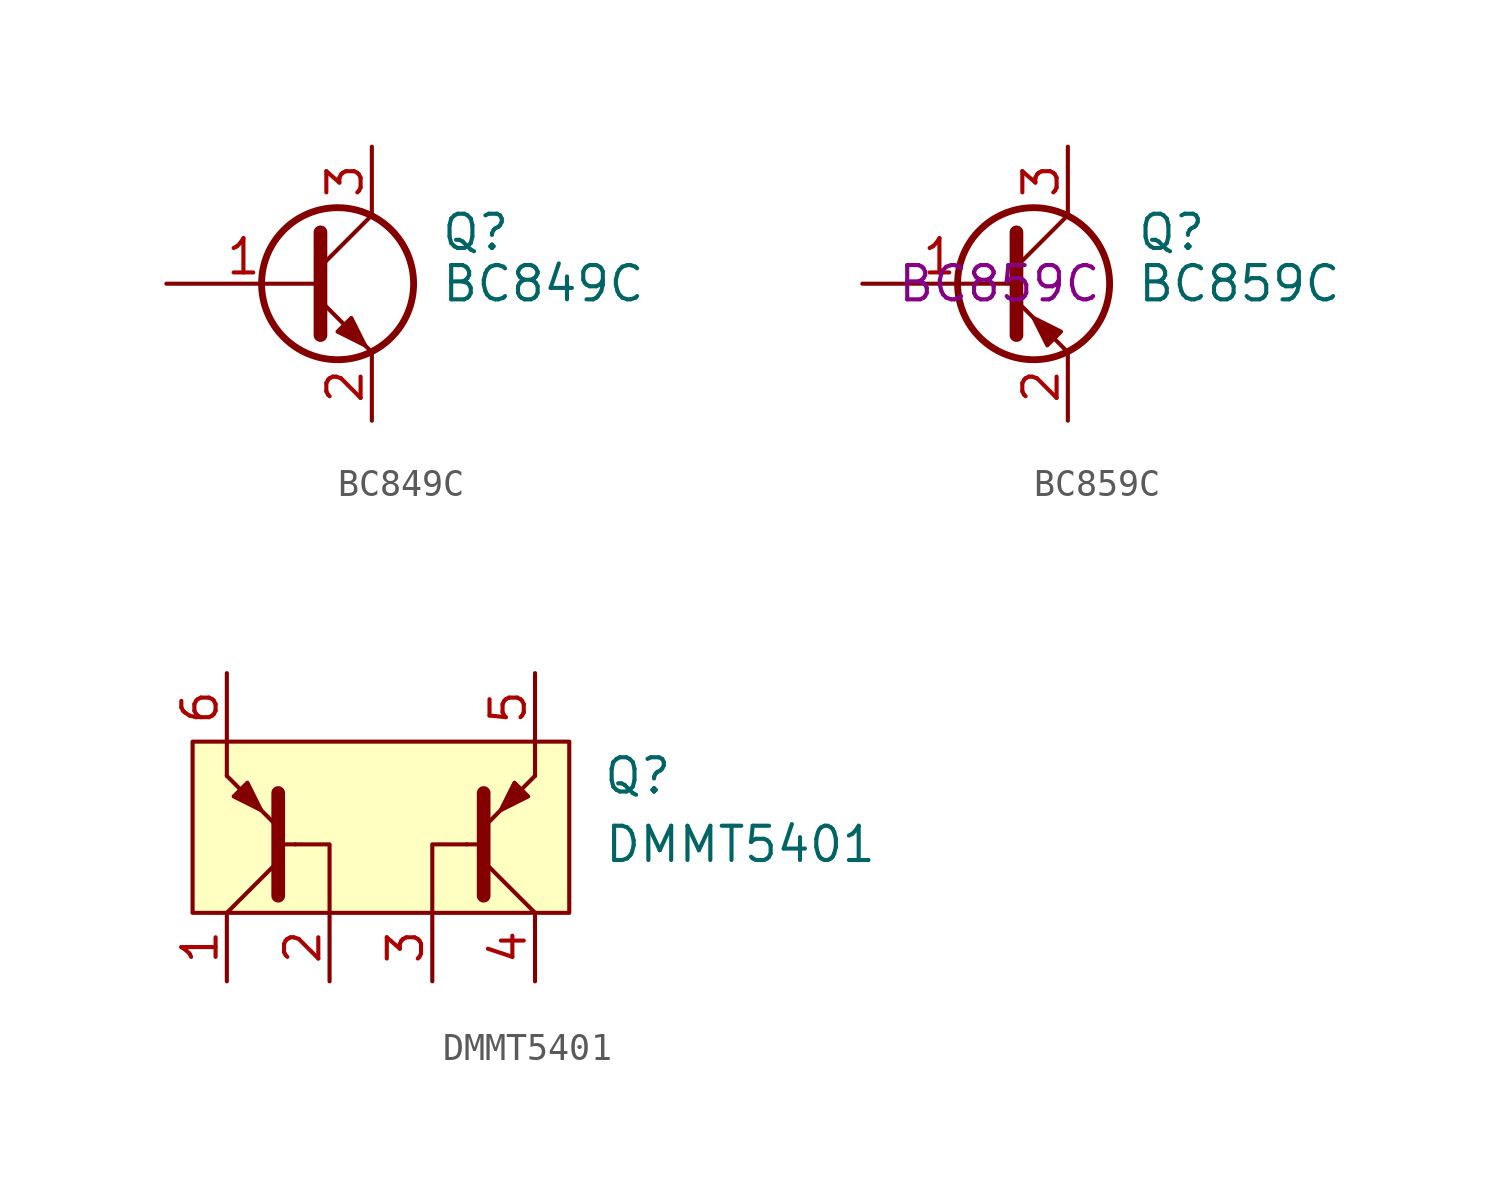
<source format=kicad_sym>
(kicad_symbol_lib
  (version 20211014)
  (generator kicad_symbol_editor)
  (symbol "BC849C"
    (pin_names
      (offset 0) hide)
    (property "Reference" "Q"
      (at 5.08 1.905 0)
      (effects (font (size 1.27 1.27)) (justify left)))
    (property "Value" "BC849C"
      (at 5.08 0 0)
      (effects (font (size 1.27 1.27)) (justify left)))
    (symbol "BC849C_0_1"
      (polyline (pts (xy 0.635 0.635) (xy 2.54 2.54)) (stroke (width 0) (type default) (color 0 0 0 0)) (fill (type none)))
      (polyline (pts (xy 0.635 -0.635) (xy 2.54 -2.54) (xy 2.54 -2.54)) (stroke (width 0) (type default) (color 0 0 0 0)) (fill (type none)))
      (polyline (pts (xy 0.635 1.905) (xy 0.635 -1.905) (xy 0.635 -1.905)) (stroke (width 0.508) (type default) (color 0 0 0 0)) (fill (type none)))
      (polyline (pts (xy 1.27 -1.778) (xy 1.778 -1.27) (xy 2.286 -2.286) (xy 1.27 -1.778) (xy 1.27 -1.778)) (stroke (width 0) (type default) (color 0 0 0 0)) (fill (type outline)))
      (circle (center 1.27 0) (radius 2.819) (stroke (width 0.254) (type default) (color 0 0 0 0)) (fill (type none))))
    (symbol "BC849C_1_1"
      (pin input line (at -5.08 0 0) (length 5.715) (name "B" (effects (font (size 1.27 1.27)))) (number "1" (effects (font (size 1.27 1.27)))))
      (pin passive line (at 2.54 -5.08 90) (length 2.54) (name "E" (effects (font (size 1.27 1.27)))) (number "2" (effects (font (size 1.27 1.27)))))
      (pin passive line (at 2.54 5.08 270) (length 2.54) (name "C" (effects (font (size 1.27 1.27)))) (number "3" (effects (font (size 1.27 1.27)))))))
  (symbol "BC859C"
    (pin_names
      (offset 0) hide)
    (property "Reference" "Q"
      (at 5.08 1.905 0)
      (effects (font (size 1.27 1.27)) (justify left)))
    (property "Value" "BC859C"
      (at 5.08 0 0)
      (effects (font (size 1.27 1.27)) (justify left)))
    (property "MPN" "BC859C"
      (at 0 0 0)
      (effects (font (size 1.27 1.27))))
    (symbol "BC859C_0_1"
      (polyline (pts (xy 0.635 0.635) (xy 2.54 2.54)) (stroke (width 0) (type default) (color 0 0 0 0)) (fill (type none)))
      (polyline (pts (xy 0.635 -0.635) (xy 2.54 -2.54) (xy 2.54 -2.54)) (stroke (width 0) (type default) (color 0 0 0 0)) (fill (type none)))
      (polyline (pts (xy 0.635 1.905) (xy 0.635 -1.905) (xy 0.635 -1.905)) (stroke (width 0.508) (type default) (color 0 0 0 0)) (fill (type none)))
      (polyline (pts (xy 2.286 -1.778) (xy 1.778 -2.286) (xy 1.27 -1.27) (xy 2.286 -1.778) (xy 2.286 -1.778)) (stroke (width 0) (type default) (color 0 0 0 0)) (fill (type outline)))
      (circle (center 1.27 0) (radius 2.819) (stroke (width 0.254) (type default) (color 0 0 0 0)) (fill (type none))))
    (symbol "BC859C_1_1"
      (pin input line (at -5.08 0 0) (length 5.715) (name "B" (effects (font (size 1.27 1.27)))) (number "1" (effects (font (size 1.27 1.27)))))
      (pin passive line (at 2.54 -5.08 90) (length 2.54) (name "E" (effects (font (size 1.27 1.27)))) (number "2" (effects (font (size 1.27 1.27)))))
      (pin passive line (at 2.54 5.08 270) (length 2.54) (name "C" (effects (font (size 1.27 1.27)))) (number "3" (effects (font (size 1.27 1.27)))))))
  (symbol "DMMT5401"
    (pin_names hide)
    (property "Reference" "Q"
      (at 10.16 2.54 0)
      (effects (font (size 1.27 1.27))))
    (property "Value" "DMMT5401"
      (at 13.97 0 0)
      (effects (font (size 1.27 1.27))))
    (symbol "DMMT5401_0_1"
      (rectangle (start -6.35 3.81) (end 7.62 -2.54) (stroke (width 0) (type default) (color 0 0 0 0)) (fill (type background)))
      (polyline (pts (xy -5.08 -2.54) (xy -3.175 -0.635)) (stroke (width 0) (type default) (color 0 0 0 0)) (fill (type none)))
      (polyline (pts (xy -5.08 2.54) (xy -5.08 3.81)) (stroke (width 0) (type default) (color 0 0 0 0)) (fill (type none)))
      (polyline (pts (xy -5.08 2.54) (xy -3.175 0.635)) (stroke (width 0) (type default) (color 0 0 0 0)) (fill (type none)))
      (polyline (pts (xy -2.54 0) (xy -3.175 0)) (stroke (width 0) (type default) (color 0 0 0 0)) (fill (type none)))
      (polyline (pts (xy 3.81 0) (xy 4.445 0)) (stroke (width 0) (type default) (color 0 0 0 0)) (fill (type none)))
      (polyline (pts (xy 6.35 -2.54) (xy 4.445 -0.635)) (stroke (width 0) (type default) (color 0 0 0 0)) (fill (type none)))
      (polyline (pts (xy 6.35 2.54) (xy 4.445 0.635)) (stroke (width 0) (type default) (color 0 0 0 0)) (fill (type none)))
      (polyline (pts (xy 6.35 3.81) (xy 6.35 2.54)) (stroke (width 0) (type default) (color 0 0 0 0)) (fill (type none)))
      (polyline (pts (xy -3.175 -1.905) (xy -3.175 1.905) (xy -3.175 1.905)) (stroke (width 0.508) (type default) (color 0 0 0 0)) (fill (type outline)))
      (polyline (pts (xy -2.54 0) (xy -1.27 0) (xy -1.27 -2.54)) (stroke (width 0) (type default) (color 0 0 0 0)) (fill (type none)))
      (polyline (pts (xy 3.81 0) (xy 2.54 0) (xy 2.54 -2.54)) (stroke (width 0) (type default) (color 0 0 0 0)) (fill (type none)))
      (polyline (pts (xy 4.445 -1.905) (xy 4.445 1.905) (xy 4.445 1.905)) (stroke (width 0.508) (type default) (color 0 0 0 0)) (fill (type outline)))
      (polyline (pts (xy -4.318 2.286) (xy -4.826 1.778) (xy -3.81 1.27) (xy -4.318 2.286) (xy -4.318 2.286)) (stroke (width 0) (type default) (color 0 0 0 0)) (fill (type outline)))
      (polyline (pts (xy 5.588 2.286) (xy 6.096 1.778) (xy 5.08 1.27) (xy 5.588 2.286) (xy 5.588 2.286)) (stroke (width 0) (type default) (color 0 0 0 0)) (fill (type outline))))
    (symbol "DMMT5401_1_1"
      (pin passive line (at -5.08 -5.08 90) (length 2.54) (name "C1" (effects (font (size 1.27 1.27)))) (number "1" (effects (font (size 1.27 1.27)))))
      (pin passive line (at -1.27 -5.08 90) (length 2.54) (name "B1" (effects (font (size 1.27 1.27)))) (number "2" (effects (font (size 1.27 1.27)))))
      (pin passive line (at 2.54 -5.08 90) (length 2.54) (name "B2" (effects (font (size 1.27 1.27)))) (number "3" (effects (font (size 1.27 1.27)))))
      (pin passive line (at 6.35 -5.08 90) (length 2.54) (name "C2" (effects (font (size 1.27 1.27)))) (number "4" (effects (font (size 1.27 1.27)))))
      (pin passive line (at 6.35 6.35 270) (length 2.54) (name "E2" (effects (font (size 1.27 1.27)))) (number "5" (effects (font (size 1.27 1.27)))))
      (pin passive line (at -5.08 6.35 270) (length 2.54) (name "E1" (effects (font (size 1.27 1.27)))) (number "6" (effects (font (size 1.27 1.27))))))))
</source>
